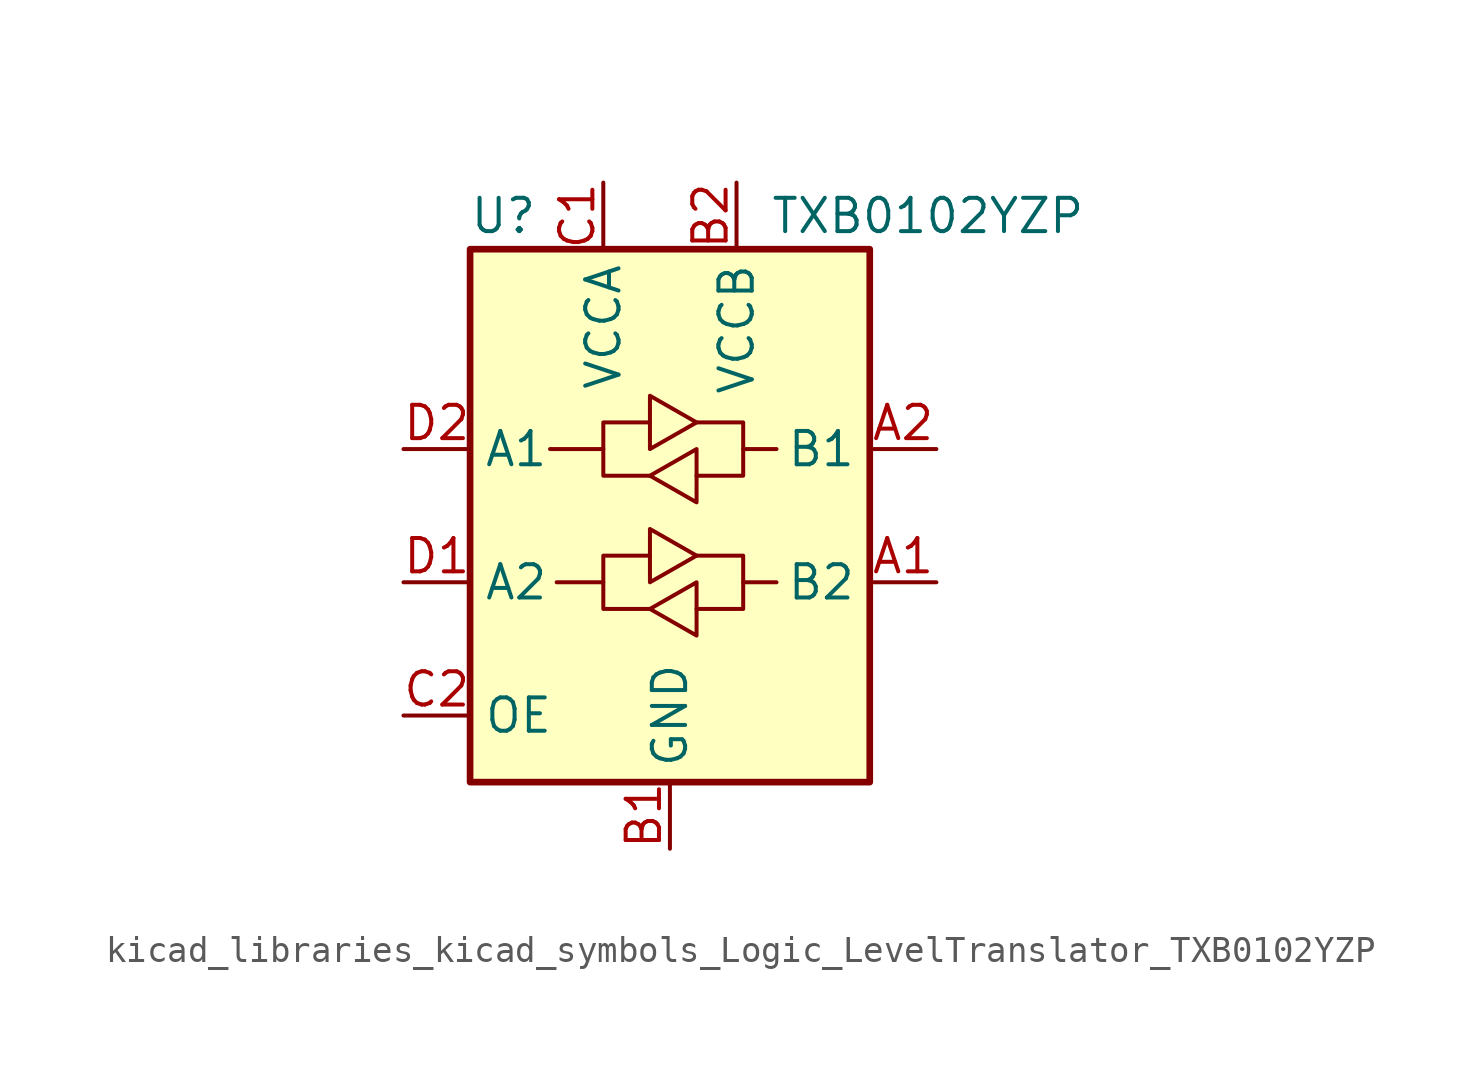
<source format=kicad_sym>
(kicad_symbol_lib
  (version 20220914)
  (generator kicad_symbol_editor)
  (symbol "kicad_libraries_kicad_symbols_Logic_LevelTranslator_TXB0102YZP"
    (property "Reference" "U"
      (at -6.35 11.43 0)
      (effects (font (size 1.27 1.27))))
    (property "Value" "TXB0102YZP"
      (at 3.81 11.43 0)
      (effects (font (size 1.27 1.27)) (justify left)))
    (symbol "kicad_libraries_kicad_symbols_Logic_LevelTranslator_TXB0102YZP_0_1"
      (rectangle (start -7.62 10.16) (end 7.62 -10.16) (stroke (width 0.254) (type default)) (fill (type background)))
      (polyline (pts (xy -2.54 -2.54) (xy -2.54 -1.524) (xy -0.762 -1.524)) (stroke (width 0) (type default)) (fill (type none)))
      (polyline (pts (xy -2.54 2.54) (xy -2.54 3.556) (xy -0.762 3.556)) (stroke (width 0) (type default)) (fill (type none)))
      (polyline (pts (xy 2.794 -2.54) (xy 2.794 -3.556) (xy 1.016 -3.556)) (stroke (width 0) (type default)) (fill (type none)))
      (polyline (pts (xy 2.794 2.54) (xy 2.794 1.524) (xy 1.016 1.524)) (stroke (width 0) (type default)) (fill (type none)))
      (polyline (pts (xy -0.762 -3.556) (xy -2.54 -3.556) (xy -2.54 -2.54) (xy -4.318 -2.54)) (stroke (width 0) (type default)) (fill (type none)))
      (polyline (pts (xy -0.762 -2.54) (xy -0.762 -0.508) (xy 1.016 -1.524) (xy -0.762 -2.54)) (stroke (width 0) (type default)) (fill (type none)))
      (polyline (pts (xy -0.762 1.524) (xy -2.54 1.524) (xy -2.54 2.54) (xy -4.572 2.54)) (stroke (width 0) (type default)) (fill (type none)))
      (polyline (pts (xy -0.762 2.54) (xy -0.762 4.572) (xy 1.016 3.556) (xy -0.762 2.54)) (stroke (width 0) (type default)) (fill (type none)))
      (polyline (pts (xy 1.016 -2.54) (xy 1.016 -4.572) (xy -0.762 -3.556) (xy 1.016 -2.54)) (stroke (width 0) (type default)) (fill (type none)))
      (polyline (pts (xy 1.016 -1.524) (xy 2.794 -1.524) (xy 2.794 -2.54) (xy 4.064 -2.54)) (stroke (width 0) (type default)) (fill (type none)))
      (polyline (pts (xy 1.016 3.556) (xy 2.794 3.556) (xy 2.794 2.54) (xy 4.064 2.54)) (stroke (width 0) (type default)) (fill (type none)))
      (polyline (pts (xy 1.016 2.54) (xy 1.016 0.762) (xy 1.016 0.508) (xy -0.762 1.524) (xy 1.016 2.54)) (stroke (width 0) (type default)) (fill (type none))))
    (symbol "kicad_libraries_kicad_symbols_Logic_LevelTranslator_TXB0102YZP_1_1"
      (pin bidirectional line (at 10.16 -2.54 180) (length 2.54) (name "B2" (effects (font (size 1.27 1.27)))) (number "A1" (effects (font (size 1.27 1.27)))))
      (pin bidirectional line (at 10.16 2.54 180) (length 2.54) (name "B1" (effects (font (size 1.27 1.27)))) (number "A2" (effects (font (size 1.27 1.27)))))
      (pin power_in line (at 0 -12.7 90) (length 2.54) (name "GND" (effects (font (size 1.27 1.27)))) (number "B1" (effects (font (size 1.27 1.27)))))
      (pin power_in line (at 2.54 12.7 270) (length 2.54) (name "VCCB" (effects (font (size 1.27 1.27)))) (number "B2" (effects (font (size 1.27 1.27)))))
      (pin power_in line (at -2.54 12.7 270) (length 2.54) (name "VCCA" (effects (font (size 1.27 1.27)))) (number "C1" (effects (font (size 1.27 1.27)))))
      (pin input line (at -10.16 -7.62 0) (length 2.54) (name "OE" (effects (font (size 1.27 1.27)))) (number "C2" (effects (font (size 1.27 1.27)))))
      (pin bidirectional line (at -10.16 -2.54 0) (length 2.54) (name "A2" (effects (font (size 1.27 1.27)))) (number "D1" (effects (font (size 1.27 1.27)))))
      (pin bidirectional line (at -10.16 2.54 0) (length 2.54) (name "A1" (effects (font (size 1.27 1.27)))) (number "D2" (effects (font (size 1.27 1.27))))))))
</source>
